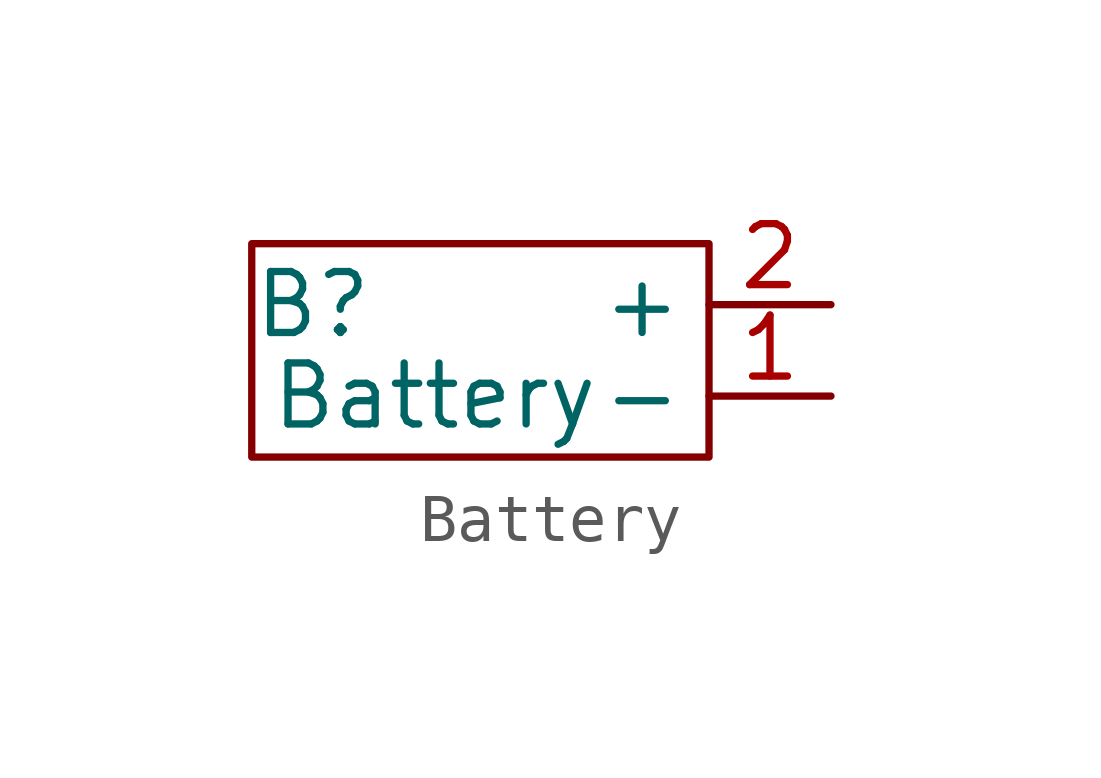
<source format=kicad_sym>
(kicad_symbol_lib
  (version 20220914)
  (generator kicad_symbol_editor)
  (symbol "Battery"
    (property "Reference" "B"
      (at -4.445 -0.635 0)
      (effects (font (size 1.27 1.27))))
    (property "Value" "Battery"
      (at -1.905 -2.54 0)
      (effects (font (size 1.27 1.27))))
    (symbol "Battery_0_1"
      (rectangle (start -5.715 0.635) (end 3.81 -3.81) (stroke (width 0) (type default)) (fill (type none))))
    (symbol "Battery_1_1"
      (pin power_out line (at 6.35 -2.54 180) (length 2.54) (name "-" (effects (font (size 1.27 1.27)))) (number "1" (effects (font (size 1.27 1.27)))))
      (pin power_out line (at 6.35 -0.635 180) (length 2.54) (name "+" (effects (font (size 1.27 1.27)))) (number "2" (effects (font (size 1.27 1.27))))))))
</source>
